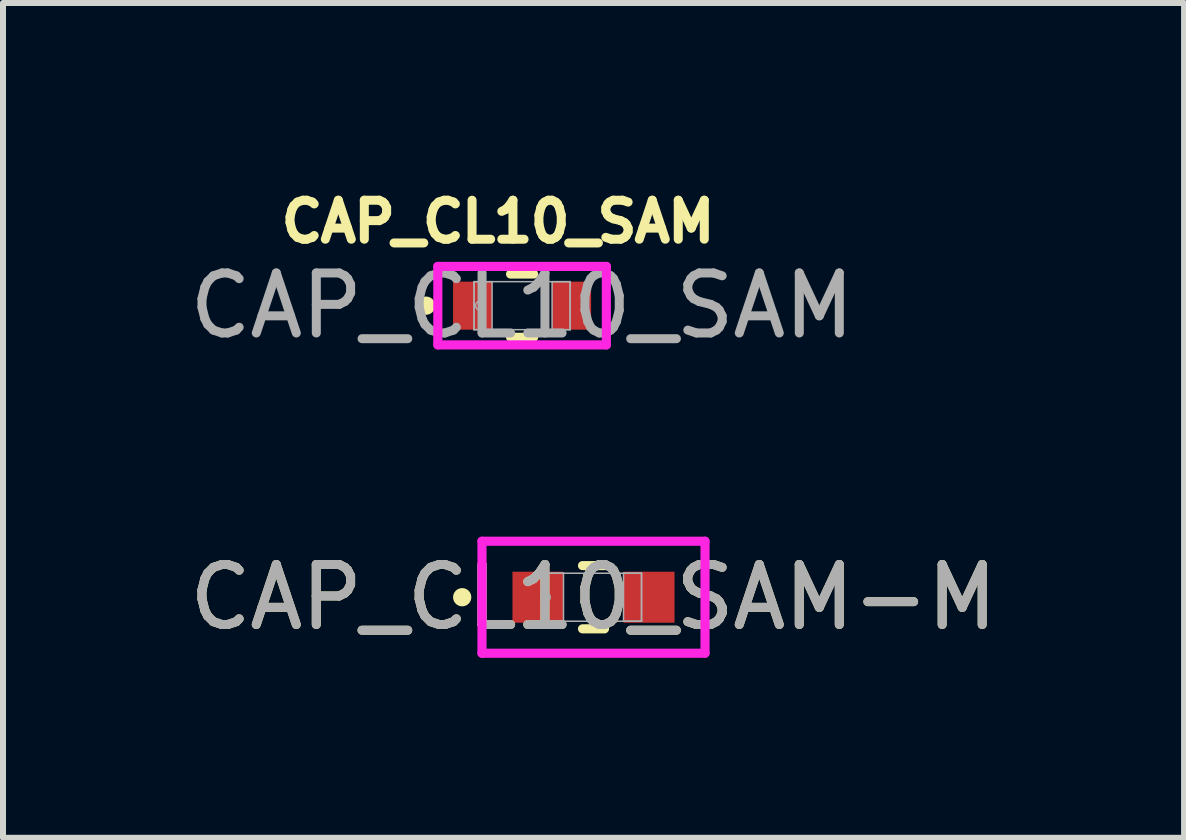
<source format=kicad_pcb>
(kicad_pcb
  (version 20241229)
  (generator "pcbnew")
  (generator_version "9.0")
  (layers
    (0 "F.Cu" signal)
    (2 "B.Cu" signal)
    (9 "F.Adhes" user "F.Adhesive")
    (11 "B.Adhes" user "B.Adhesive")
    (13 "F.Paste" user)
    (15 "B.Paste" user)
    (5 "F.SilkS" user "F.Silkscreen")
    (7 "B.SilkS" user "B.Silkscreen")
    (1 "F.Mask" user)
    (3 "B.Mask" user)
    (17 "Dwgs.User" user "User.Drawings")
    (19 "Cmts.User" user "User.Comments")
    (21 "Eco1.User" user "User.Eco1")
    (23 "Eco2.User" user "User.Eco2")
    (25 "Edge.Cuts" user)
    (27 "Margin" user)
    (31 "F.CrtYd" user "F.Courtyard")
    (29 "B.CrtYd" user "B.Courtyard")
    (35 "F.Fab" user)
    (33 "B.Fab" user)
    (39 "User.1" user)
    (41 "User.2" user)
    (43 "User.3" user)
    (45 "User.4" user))
  (footprint "CAP_CL10_SAM-M"
    (layer "F.Cu")
    (at 6.839 6.901)
    (property "Reference" "CAP_CL10_SAM-M" (at 0 0 0) (unlocked yes) (layer "F.SilkS") (effects (font (size 1 1) (thickness 0.15))))
    (attr smd)
    (fp_line (start -0.183 0.527) (end 0.183 0.527) (stroke (width 0.152) (type solid)) (layer "F.SilkS"))
    (fp_line (start 0.183 -0.527) (end -0.183 -0.527) (stroke (width 0.152) (type solid)) (layer "F.SilkS"))
    (fp_circle (center -2.188 0) (end -2.112 0) (stroke (width 0.152) (type solid)) (fill no) (layer "F.SilkS"))
    (fp_line (start -1.858 -0.933) (end 1.858 -0.933) (stroke (width 0.152) (type solid)) (layer "F.CrtYd"))
    (fp_line (start -1.858 0.933) (end -1.858 -0.933) (stroke (width 0.152) (type solid)) (layer "F.CrtYd"))
    (fp_line (start 1.858 -0.933) (end 1.858 0.933) (stroke (width 0.152) (type solid)) (layer "F.CrtYd"))
    (fp_line (start 1.858 0.933) (end -1.858 0.933) (stroke (width 0.152) (type solid)) (layer "F.CrtYd"))
    (fp_line (start -0.8 -0.4) (end -0.8 0.4) (stroke (width 0.025) (type solid)) (layer "F.Fab"))
    (fp_line (start -0.8 -0.4) (end -0.8 0.4) (stroke (width 0.025) (type solid)) (layer "F.Fab"))
    (fp_line (start -0.8 0.4) (end -0.5 0.4) (stroke (width 0.025) (type solid)) (layer "F.Fab"))
    (fp_line (start -0.8 0.4) (end 0.8 0.4) (stroke (width 0.025) (type solid)) (layer "F.Fab"))
    (fp_line (start -0.5 -0.4) (end -0.8 -0.4) (stroke (width 0.025) (type solid)) (layer "F.Fab"))
    (fp_line (start -0.5 0.4) (end -0.5 -0.4) (stroke (width 0.025) (type solid)) (layer "F.Fab"))
    (fp_line (start 0.5 -0.4) (end 0.5 0.4) (stroke (width 0.025) (type solid)) (layer "F.Fab"))
    (fp_line (start 0.5 0.4) (end 0.8 0.4) (stroke (width 0.025) (type solid)) (layer "F.Fab"))
    (fp_line (start 0.8 -0.4) (end -0.8 -0.4) (stroke (width 0.025) (type solid)) (layer "F.Fab"))
    (fp_line (start 0.8 -0.4) (end 0.5 -0.4) (stroke (width 0.025) (type solid)) (layer "F.Fab"))
    (fp_line (start 0.8 0.4) (end 0.8 -0.4) (stroke (width 0.025) (type solid)) (layer "F.Fab"))
    (fp_line (start 0.8 0.4) (end 0.8 -0.4) (stroke (width 0.025) (type solid)) (layer "F.Fab"))
    (fp_circle (center -0.798 0) (end -0.722 0) (stroke (width 0.025) (type solid)) (fill no) (layer "F.Fab"))
    (fp_text user "${REFERENCE}" (at 0 0 0) (unlocked yes) (layer "F.Fab") (effects (font (size 1 1) (thickness 0.15))))
    (pad "1" smd rect (at -0.925 0) (size 0.85 0.85) (layers "F.Cu" "F.Mask" "F.Paste"))
    (pad "2" smd rect (at 0.925 0) (size 0.85 0.85) (layers "F.Cu" "F.Mask" "F.Paste"))
    (zone (net_name "") (layer "F.Cu") (hatch full 0.508) (connect_pads) (min_thickness 0.254) (filled_areas_thickness no) (keepout (tracks not_allowed) (vias not_allowed) (pads allowed) (copperpour not_allowed) (footprints allowed)) (placement (enabled no)) (fill) (polygon (pts (xy 6.39 6.552) (xy 7.288 6.552) (xy 7.288 7.25) (xy 6.39 7.25)))))
  (footprint "CAP_CL10_SAM"
    (layer "F.Cu")
    (at 5.649 2.043)
    (property "Reference" "CAP_CL10_SAM" (at -0.4 -1.4 0) (unlocked yes) (layer "F.SilkS") (effects (font (size 0.65 0.65) (thickness 0.15))))
    (attr smd)
    (fp_line (start -0.192 0.527) (end 0.192 0.527) (stroke (width 0.152) (type solid)) (layer "F.SilkS"))
    (fp_line (start 0.192 -0.527) (end -0.192 -0.527) (stroke (width 0.152) (type solid)) (layer "F.SilkS"))
    (fp_circle (center -1.6 0) (end -1.524 0) (stroke (width 0.152) (type solid)) (fill no) (layer "F.SilkS"))
    (fp_line (start -1.404 -0.654) (end 1.404 -0.654) (stroke (width 0.152) (type solid)) (layer "F.CrtYd"))
    (fp_line (start -1.404 0.654) (end -1.404 -0.654) (stroke (width 0.152) (type solid)) (layer "F.CrtYd"))
    (fp_line (start 1.404 -0.654) (end 1.404 0.654) (stroke (width 0.152) (type solid)) (layer "F.CrtYd"))
    (fp_line (start 1.404 0.654) (end -1.404 0.654) (stroke (width 0.152) (type solid)) (layer "F.CrtYd"))
    (fp_line (start -0.8 -0.4) (end -0.8 0.4) (stroke (width 0.025) (type solid)) (layer "F.Fab"))
    (fp_line (start -0.8 -0.4) (end -0.8 0.4) (stroke (width 0.025) (type solid)) (layer "F.Fab"))
    (fp_line (start -0.8 0.4) (end -0.5 0.4) (stroke (width 0.025) (type solid)) (layer "F.Fab"))
    (fp_line (start -0.8 0.4) (end 0.8 0.4) (stroke (width 0.025) (type solid)) (layer "F.Fab"))
    (fp_line (start -0.5 -0.4) (end -0.8 -0.4) (stroke (width 0.025) (type solid)) (layer "F.Fab"))
    (fp_line (start -0.5 0.4) (end -0.5 -0.4) (stroke (width 0.025) (type solid)) (layer "F.Fab"))
    (fp_line (start 0.5 -0.4) (end 0.5 0.4) (stroke (width 0.025) (type solid)) (layer "F.Fab"))
    (fp_line (start 0.5 0.4) (end 0.8 0.4) (stroke (width 0.025) (type solid)) (layer "F.Fab"))
    (fp_line (start 0.8 -0.4) (end -0.8 -0.4) (stroke (width 0.025) (type solid)) (layer "F.Fab"))
    (fp_line (start 0.8 -0.4) (end 0.5 -0.4) (stroke (width 0.025) (type solid)) (layer "F.Fab"))
    (fp_line (start 0.8 0.4) (end 0.8 -0.4) (stroke (width 0.025) (type solid)) (layer "F.Fab"))
    (fp_line (start 0.8 0.4) (end 0.8 -0.4) (stroke (width 0.025) (type solid)) (layer "F.Fab"))
    (fp_circle (center -0.698 0) (end -0.622 0) (stroke (width 0.025) (type solid)) (fill no) (layer "F.Fab"))
    (fp_text user "${REFERENCE}" (at 0 0 0) (unlocked yes) (layer "F.Fab") (effects (font (size 1 1) (thickness 0.15))))
    (pad "1" smd rect (at -0.825 0) (size 0.65 0.8) (layers "F.Cu" "F.Mask" "F.Paste"))
    (pad "2" smd rect (at 0.825 0) (size 0.65 0.8) (layers "F.Cu" "F.Mask" "F.Paste"))
    (zone (net_name "") (layer "F.Cu") (hatch full 0.508) (connect_pads) (min_thickness 0.254) (filled_areas_thickness no) (keepout (tracks not_allowed) (vias not_allowed) (pads allowed) (copperpour not_allowed) (footprints allowed)) (placement (enabled no)) (fill) (polygon (pts (xy 5.2 1.694) (xy 6.098 1.694) (xy 6.098 2.393) (xy 5.2 2.393)))))
  (gr_rect
    (start -3 -3)
    (end 16.679 10.91)
    (stroke (width 0.1) (type default))
    (fill no)
    (layer "Edge.Cuts")))
</source>
